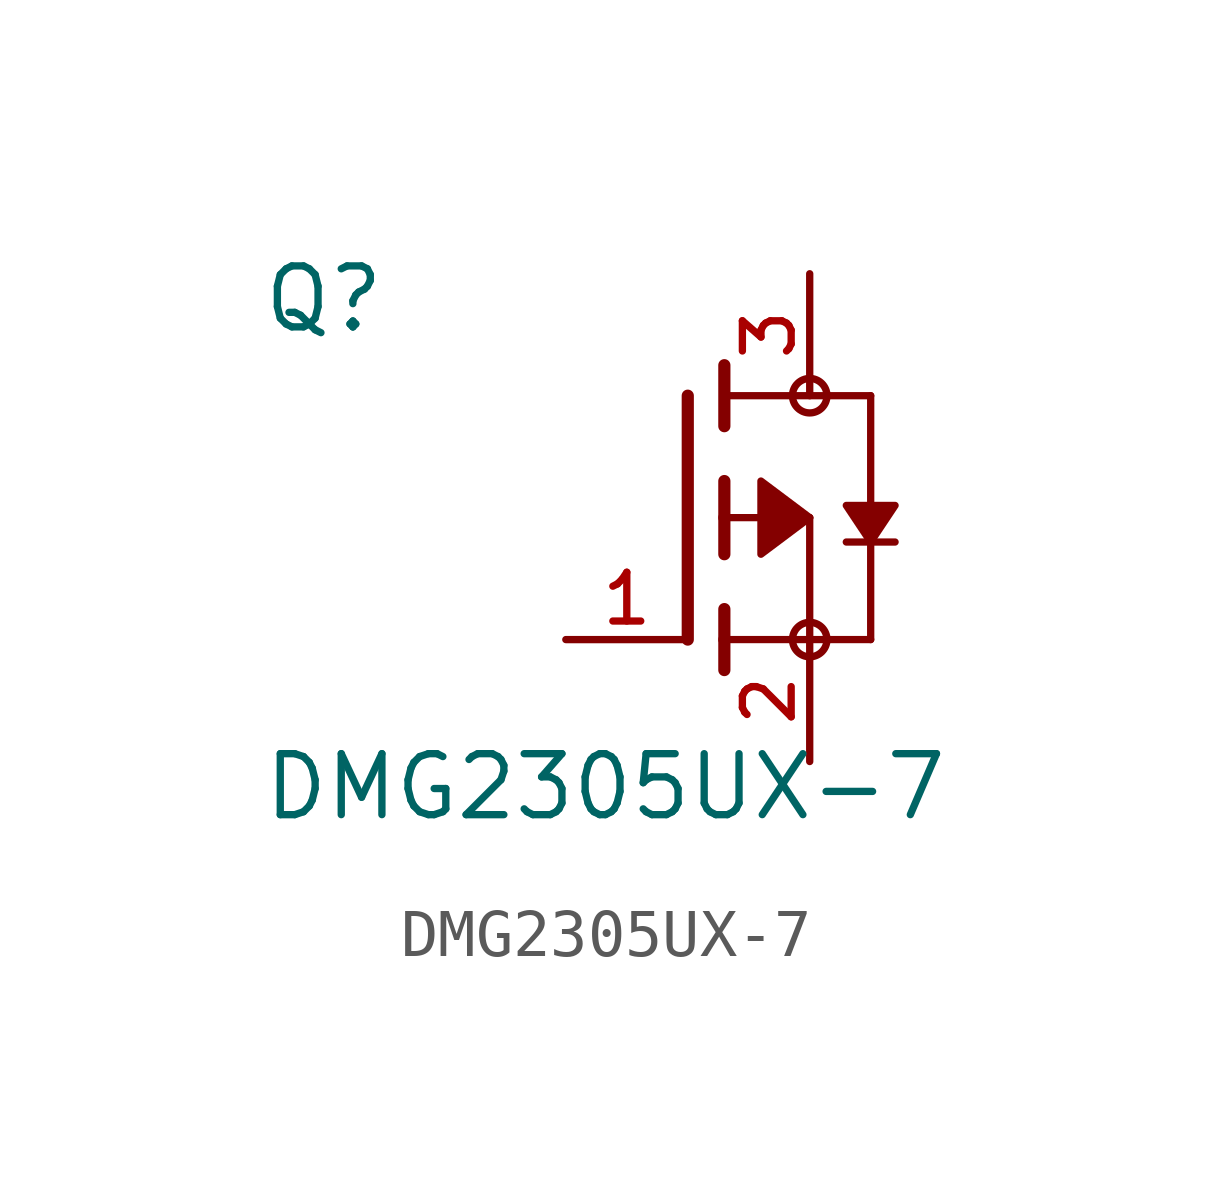
<source format=kicad_sym>
(kicad_symbol_lib
  (version 20211014)
  (generator kicad_symbol_editor)
  (symbol "DMG2305UX-7"
    (pin_names
      (offset 1.016))
    (property "Reference" "Q"
      (at -8.89 3.81 0)
      (effects (font (size 1.27 1.27)) (justify bottom left)))
    (property "Value" "DMG2305UX-7"
      (at -8.89 -6.35 0)
      (effects (font (size 1.27 1.27)) (justify bottom left)))
    (symbol "DMG2305UX-7_0_0"
      (polyline (pts (xy 0.762 -0.762) (xy 0.762 0.0)) (stroke (width 0.254)))
      (polyline (pts (xy 0.762 0.0) (xy 0.762 0.762)) (stroke (width 0.254)))
      (polyline (pts (xy 0.762 -3.175) (xy 0.762 -2.54)) (stroke (width 0.254)))
      (polyline (pts (xy 0.762 -2.54) (xy 0.762 -1.905)) (stroke (width 0.254)))
      (polyline (pts (xy 0.762 0.0) (xy 2.54 0.0)) (stroke (width 0.152)))
      (polyline (pts (xy 0.762 1.905) (xy 0.762 3.175)) (stroke (width 0.254)))
      (polyline (pts (xy 0.0 -2.54) (xy 0.0 2.54)) (stroke (width 0.254)))
      (polyline (pts (xy 3.81 2.54) (xy 0.762 2.54)) (stroke (width 0.152)))
      (polyline (pts (xy 0.762 -2.54) (xy 2.54 -2.54)) (stroke (width 0.152)))
      (circle (center 2.54 2.54) (radius 0.359) (stroke (width 0.0)) (fill (type none)))
      (circle (center 2.54 -2.54) (radius 0.359) (stroke (width 0.0)) (fill (type none)))
      (polyline (pts (xy 2.54 0.0) (xy 1.524 0.762) (xy 1.524 -0.762) (xy 2.54 0.0)) (stroke (width 0.152)) (fill (type outline)))
      (polyline (pts (xy 2.54 -2.54) (xy 2.54 0.0)) (stroke (width 0.152)))
      (polyline (pts (xy 3.81 2.54) (xy 3.81 -0.508)) (stroke (width 0.152)))
      (polyline (pts (xy 3.81 -0.508) (xy 3.81 -2.54)) (stroke (width 0.152)))
      (polyline (pts (xy 2.54 -2.54) (xy 3.81 -2.54)) (stroke (width 0.152)))
      (polyline (pts (xy 4.318 -0.508) (xy 3.81 -0.508)) (stroke (width 0.152)))
      (polyline (pts (xy 3.81 -0.508) (xy 3.302 -0.508)) (stroke (width 0.152)))
      (polyline (pts (xy 3.81 -0.508) (xy 3.302 0.254) (xy 4.318 0.254) (xy 3.81 -0.508)) (stroke (width 0.152)) (fill (type outline)))
      (pin passive line (at 2.54 5.08 270.0) (length 2.54) (name "~" (effects (font (size 1.016 1.016)))) (number "3" (effects (font (size 1.016 1.016)))))
      (pin passive line (at -2.54 -2.54 0) (length 2.54) (name "~" (effects (font (size 1.016 1.016)))) (number "1" (effects (font (size 1.016 1.016)))))
      (pin passive line (at 2.54 -5.08 90.0) (length 2.54) (name "~" (effects (font (size 1.016 1.016)))) (number "2" (effects (font (size 1.016 1.016))))))))
</source>
